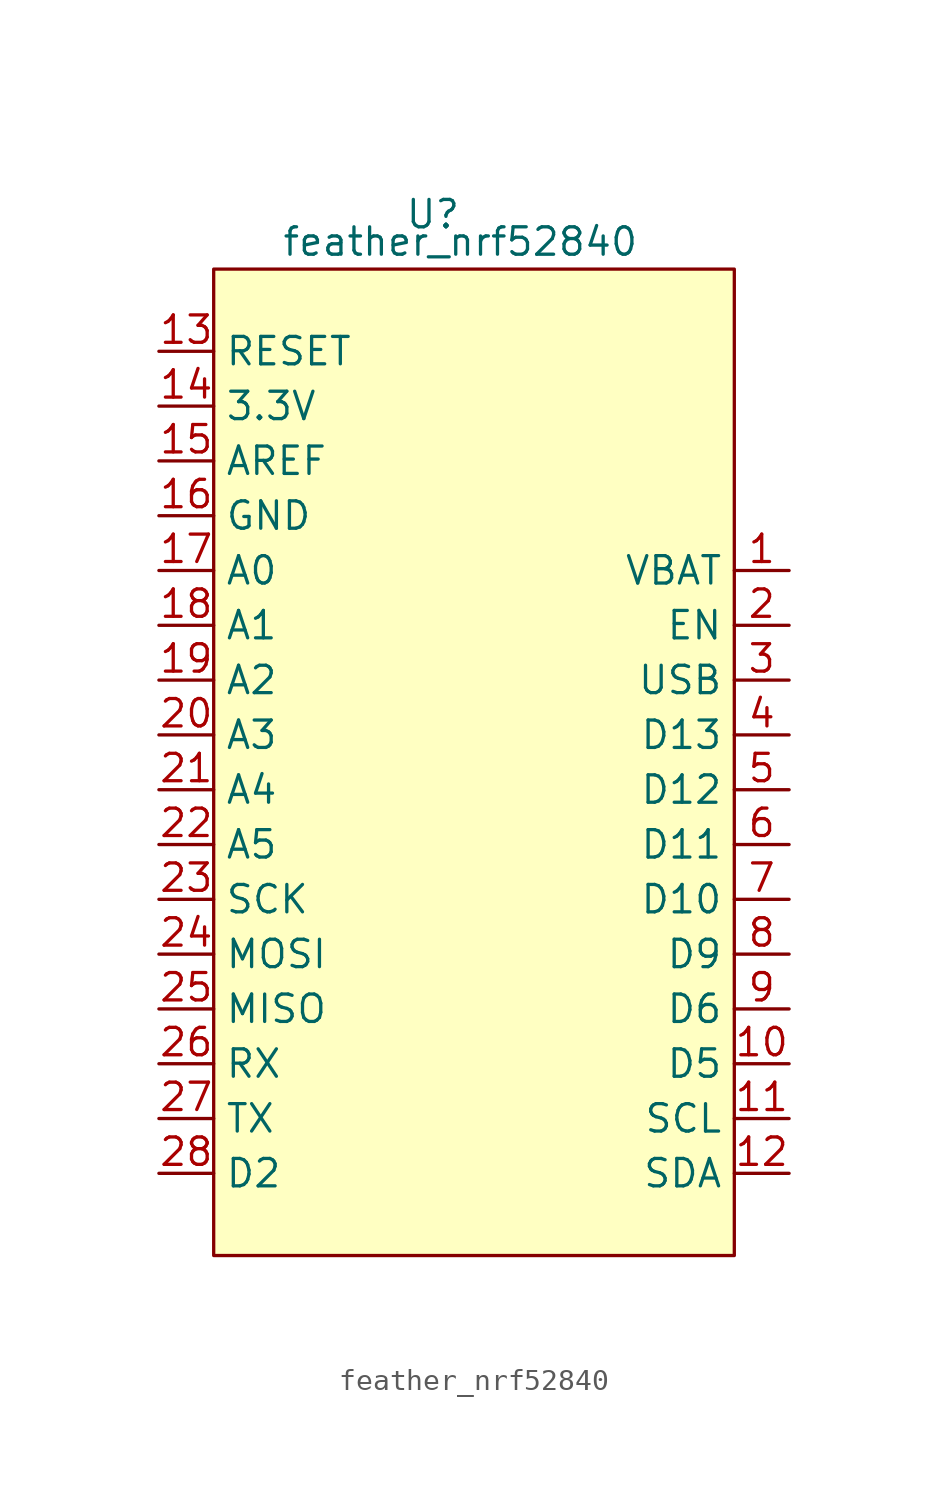
<source format=kicad_sym>
(kicad_symbol_lib
  (version 20211014)
  (generator kicad_symbol_editor)
  (symbol "feather_nrf52840"
    (property "Reference" "U"
      (at -1.27 2.54 0)
      (effects (font (size 1.27 1.27))))
    (property "Value" "feather_nrf52840"
      (at 0 1.27 0)
      (effects (font (size 1.27 1.27))))
    (symbol "feather_nrf52840_0_1"
      (rectangle (start -11.43 0) (end 12.7 -45.72) (stroke (width 0) (type default) (color 0 0 0 0)) (fill (type background))))
    (symbol "feather_nrf52840_1_1"
      (pin power_in line (at 15.24 -13.97 180) (length 2.54) (name "VBAT" (effects (font (size 1.27 1.27)))) (number "1" (effects (font (size 1.27 1.27)))))
      (pin bidirectional line (at 15.24 -36.83 180) (length 2.54) (name "D5" (effects (font (size 1.27 1.27)))) (number "10" (effects (font (size 1.27 1.27)))))
      (pin bidirectional line (at 15.24 -39.37 180) (length 2.54) (name "SCL" (effects (font (size 1.27 1.27)))) (number "11" (effects (font (size 1.27 1.27)))))
      (pin bidirectional line (at 15.24 -41.91 180) (length 2.54) (name "SDA" (effects (font (size 1.27 1.27)))) (number "12" (effects (font (size 1.27 1.27)))))
      (pin input line (at -13.97 -3.81 0) (length 2.54) (name "RESET" (effects (font (size 1.27 1.27)))) (number "13" (effects (font (size 1.27 1.27)))))
      (pin power_out line (at -13.97 -6.35 0) (length 2.54) (name "3.3V" (effects (font (size 1.27 1.27)))) (number "14" (effects (font (size 1.27 1.27)))))
      (pin power_in line (at -13.97 -8.89 0) (length 2.54) (name "AREF" (effects (font (size 1.27 1.27)))) (number "15" (effects (font (size 1.27 1.27)))))
      (pin power_in line (at -13.97 -11.43 0) (length 2.54) (name "GND" (effects (font (size 1.27 1.27)))) (number "16" (effects (font (size 1.27 1.27)))))
      (pin bidirectional line (at -13.97 -13.97 0) (length 2.54) (name "A0" (effects (font (size 1.27 1.27)))) (number "17" (effects (font (size 1.27 1.27)))))
      (pin bidirectional line (at -13.97 -16.51 0) (length 2.54) (name "A1" (effects (font (size 1.27 1.27)))) (number "18" (effects (font (size 1.27 1.27)))))
      (pin bidirectional line (at -13.97 -19.05 0) (length 2.54) (name "A2" (effects (font (size 1.27 1.27)))) (number "19" (effects (font (size 1.27 1.27)))))
      (pin input line (at 15.24 -16.51 180) (length 2.54) (name "EN" (effects (font (size 1.27 1.27)))) (number "2" (effects (font (size 1.27 1.27)))))
      (pin bidirectional line (at -13.97 -21.59 0) (length 2.54) (name "A3" (effects (font (size 1.27 1.27)))) (number "20" (effects (font (size 1.27 1.27)))))
      (pin bidirectional line (at -13.97 -24.13 0) (length 2.54) (name "A4" (effects (font (size 1.27 1.27)))) (number "21" (effects (font (size 1.27 1.27)))))
      (pin bidirectional line (at -13.97 -26.67 0) (length 2.54) (name "A5" (effects (font (size 1.27 1.27)))) (number "22" (effects (font (size 1.27 1.27)))))
      (pin bidirectional line (at -13.97 -29.21 0) (length 2.54) (name "SCK" (effects (font (size 1.27 1.27)))) (number "23" (effects (font (size 1.27 1.27)))))
      (pin bidirectional line (at -13.97 -31.75 0) (length 2.54) (name "MOSI" (effects (font (size 1.27 1.27)))) (number "24" (effects (font (size 1.27 1.27)))))
      (pin bidirectional line (at -13.97 -34.29 0) (length 2.54) (name "MISO" (effects (font (size 1.27 1.27)))) (number "25" (effects (font (size 1.27 1.27)))))
      (pin bidirectional line (at -13.97 -36.83 0) (length 2.54) (name "RX" (effects (font (size 1.27 1.27)))) (number "26" (effects (font (size 1.27 1.27)))))
      (pin bidirectional line (at -13.97 -39.37 0) (length 2.54) (name "TX" (effects (font (size 1.27 1.27)))) (number "27" (effects (font (size 1.27 1.27)))))
      (pin bidirectional line (at -13.97 -41.91 0) (length 2.54) (name "D2" (effects (font (size 1.27 1.27)))) (number "28" (effects (font (size 1.27 1.27)))))
      (pin power_in line (at 15.24 -19.05 180) (length 2.54) (name "USB" (effects (font (size 1.27 1.27)))) (number "3" (effects (font (size 1.27 1.27)))))
      (pin bidirectional line (at 15.24 -21.59 180) (length 2.54) (name "D13" (effects (font (size 1.27 1.27)))) (number "4" (effects (font (size 1.27 1.27)))))
      (pin bidirectional line (at 15.24 -24.13 180) (length 2.54) (name "D12" (effects (font (size 1.27 1.27)))) (number "5" (effects (font (size 1.27 1.27)))))
      (pin bidirectional line (at 15.24 -26.67 180) (length 2.54) (name "D11" (effects (font (size 1.27 1.27)))) (number "6" (effects (font (size 1.27 1.27)))))
      (pin bidirectional line (at 15.24 -29.21 180) (length 2.54) (name "D10" (effects (font (size 1.27 1.27)))) (number "7" (effects (font (size 1.27 1.27)))))
      (pin bidirectional line (at 15.24 -31.75 180) (length 2.54) (name "D9" (effects (font (size 1.27 1.27)))) (number "8" (effects (font (size 1.27 1.27)))))
      (pin bidirectional line (at 15.24 -34.29 180) (length 2.54) (name "D6" (effects (font (size 1.27 1.27)))) (number "9" (effects (font (size 1.27 1.27))))))))
</source>
